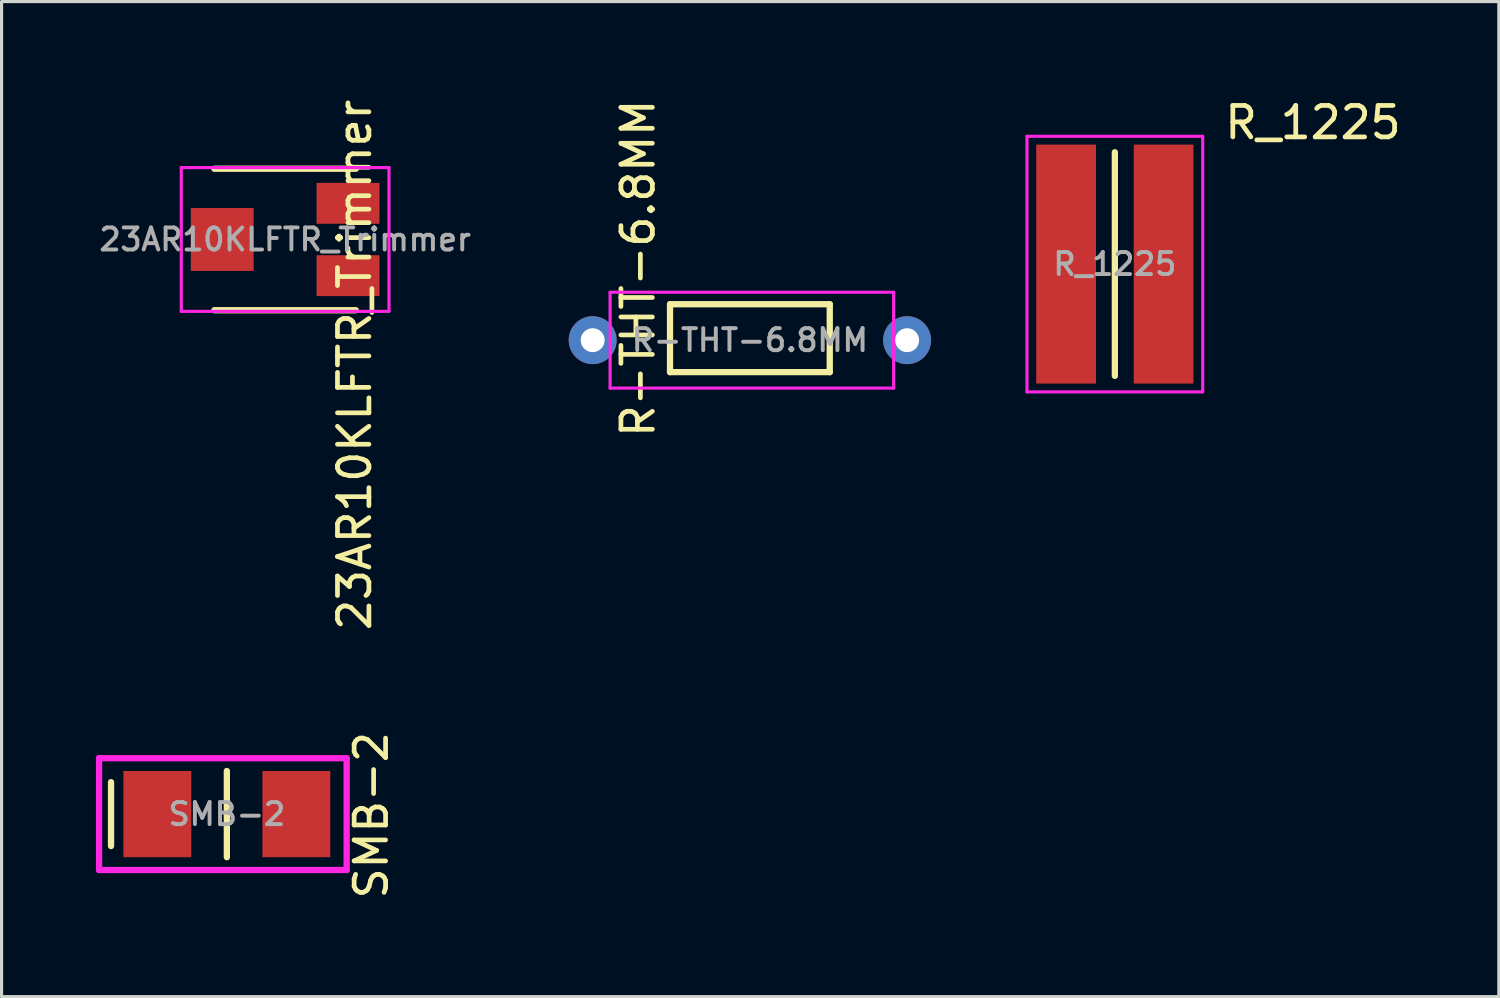
<source format=kicad_pcb>
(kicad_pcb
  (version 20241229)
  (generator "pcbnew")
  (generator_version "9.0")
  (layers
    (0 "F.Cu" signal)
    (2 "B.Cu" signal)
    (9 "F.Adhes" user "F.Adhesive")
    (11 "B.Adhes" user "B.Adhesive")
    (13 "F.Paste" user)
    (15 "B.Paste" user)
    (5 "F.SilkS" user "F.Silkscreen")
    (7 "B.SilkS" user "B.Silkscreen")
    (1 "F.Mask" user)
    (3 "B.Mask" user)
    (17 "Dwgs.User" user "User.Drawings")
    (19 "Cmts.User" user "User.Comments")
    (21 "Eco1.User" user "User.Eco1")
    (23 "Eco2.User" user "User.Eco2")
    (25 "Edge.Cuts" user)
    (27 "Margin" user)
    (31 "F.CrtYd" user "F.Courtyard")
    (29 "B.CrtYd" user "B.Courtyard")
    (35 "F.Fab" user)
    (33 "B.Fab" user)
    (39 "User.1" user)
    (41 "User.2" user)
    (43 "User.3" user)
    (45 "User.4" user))
  (footprint "R-THT-6.8MM"
    (layer "F.Cu")
    (at 20.797 7.768)
    (property "Reference" "R-THT-6.8MM" (at -3.556 -2.286 90) (layer "F.SilkS") (effects (font (size 1 1) (thickness 0.15))))
    (attr through_hole)
    (fp_line (start -2.54 -1.143) (end 2.54 -1.143) (stroke (width 0.2) (type solid)) (layer "F.SilkS"))
    (fp_line (start -2.54 1.016) (end -2.54 -1.143) (stroke (width 0.2) (type solid)) (layer "F.SilkS"))
    (fp_line (start 2.54 -1.143) (end 2.54 1.016) (stroke (width 0.2) (type solid)) (layer "F.SilkS"))
    (fp_line (start 2.54 1.016) (end -2.54 1.016) (stroke (width 0.2) (type solid)) (layer "F.SilkS"))
    (fp_line (start -4.445 -1.524) (end -4.445 1.524) (stroke (width 0.1) (type solid)) (layer "F.CrtYd"))
    (fp_line (start -4.445 1.524) (end 4.572 1.524) (stroke (width 0.1) (type solid)) (layer "F.CrtYd"))
    (fp_line (start 4.572 -1.524) (end -4.445 -1.524) (stroke (width 0.1) (type solid)) (layer "F.CrtYd"))
    (fp_line (start 4.572 1.524) (end 4.572 -1.524) (stroke (width 0.1) (type solid)) (layer "F.CrtYd"))
    (fp_text user "${REFERENCE}" (at 0 0 0) (layer "F.Fab") (effects (font (size 0.7 0.7) (thickness 0.125))))
    (pad "1" thru_hole circle (at -5 0) (size 1.524 1.524) (drill 0.762) (layers "*.Cu" "*.Mask"))
    (pad "2" thru_hole circle (at 5 0) (size 1.524 1.524) (drill 0.762) (layers "*.Cu" "*.Mask")))
  (footprint "R_1225"
    (layer "F.Cu")
    (at 32.403 5.348)
    (property "Reference" "R_1225" (at 6.3 -4.5 0) (layer "F.SilkS") (effects (font (size 1 1) (thickness 0.15))))
    (attr through_hole)
    (fp_line (start 0 -3.556) (end 0 3.556) (stroke (width 0.2) (type solid)) (layer "F.SilkS"))
    (fp_line (start -2.794 -4.064) (end 2.794 -4.064) (stroke (width 0.1) (type solid)) (layer "F.CrtYd"))
    (fp_line (start -2.794 4.064) (end -2.794 -4.064) (stroke (width 0.1) (type solid)) (layer "F.CrtYd"))
    (fp_line (start 2.794 -4.064) (end 2.794 4.064) (stroke (width 0.1) (type solid)) (layer "F.CrtYd"))
    (fp_line (start 2.794 4.064) (end -2.794 4.064) (stroke (width 0.1) (type solid)) (layer "F.CrtYd"))
    (fp_text user "${REFERENCE}" (at 0 0 0) (layer "F.Fab") (effects (font (size 0.7 0.7) (thickness 0.125))))
    (pad "1" smd rect (at -1.55 0) (size 1.9 7.6) (layers "F.Cu" "F.Mask" "F.Paste"))
    (pad "2" smd rect (at 1.55 0) (size 1.9 7.6) (layers "F.Cu" "F.Mask" "F.Paste")))
  (footprint "23AR10KLFTR_Trimmer"
    (layer "F.Cu")
    (at 6.017 4.566)
    (property "Reference" "23AR10KLFTR_Trimmer" (at 2.21 3.988 270) (layer "F.SilkS") (effects (font (size 1 1) (thickness 0.15))))
    (attr through_hole)
    (fp_line (start -2.25 -2.25) (end 2.25 -2.25) (stroke (width 0.2) (type solid)) (layer "F.SilkS"))
    (fp_line (start -2.25 2.25) (end 2.25 2.25) (stroke (width 0.2) (type solid)) (layer "F.SilkS"))
    (fp_line (start -3.302 -2.286) (end 3.302 -2.286) (stroke (width 0.1) (type solid)) (layer "F.CrtYd"))
    (fp_line (start -3.302 2.286) (end -3.302 -2.286) (stroke (width 0.1) (type solid)) (layer "F.CrtYd"))
    (fp_line (start 3.302 -2.286) (end 3.302 2.286) (stroke (width 0.1) (type solid)) (layer "F.CrtYd"))
    (fp_line (start 3.302 2.286) (end -3.302 2.286) (stroke (width 0.1) (type solid)) (layer "F.CrtYd"))
    (fp_text user "${REFERENCE}" (at 0 0 0) (layer "F.Fab") (effects (font (size 0.7 0.7) (thickness 0.125))))
    (pad "1" smd rect (at 2 -1.15) (size 2 1.3) (layers "F.Cu" "F.Mask" "F.Paste"))
    (pad "2" smd rect (at -2 0) (size 2 2) (layers "F.Cu" "F.Mask" "F.Paste"))
    (pad "3" smd rect (at 2 1.15) (size 2 1.3) (layers "F.Cu" "F.Mask" "F.Paste")))
  (footprint "SMB-2"
    (layer "F.Cu")
    (at 4.164 22.839)
    (property "Reference" "SMB-2" (at 4.593 0.036 90) (layer "F.SilkS") (effects (font (size 1 1) (thickness 0.15))))
    (attr through_hole)
    (fp_line (start -3.683 -1.016) (end -3.683 1.016) (stroke (width 0.2) (type solid)) (layer "F.SilkS"))
    (fp_line (start 0 -1.371) (end 0 1.371) (stroke (width 0.2) (type solid)) (layer "F.SilkS"))
    (fp_line (start -4.064 -1.778) (end 3.81 -1.778) (stroke (width 0.2) (type solid)) (layer "F.CrtYd"))
    (fp_line (start -4.064 1.778) (end -4.064 -1.778) (stroke (width 0.2) (type solid)) (layer "F.CrtYd"))
    (fp_line (start 3.81 -1.778) (end 3.81 1.778) (stroke (width 0.2) (type solid)) (layer "F.CrtYd"))
    (fp_line (start 3.81 1.778) (end -4.064 1.778) (stroke (width 0.2) (type solid)) (layer "F.CrtYd"))
    (fp_text user "${REFERENCE}" (at 0 0 0) (layer "F.Fab") (effects (font (size 0.7 0.7) (thickness 0.125))))
    (pad "1" smd rect (at -2.21 0) (size 2.159 2.743) (layers "F.Cu" "F.Mask" "F.Paste"))
    (pad "2" smd rect (at 2.21 0) (size 2.159 2.743) (layers "F.Cu" "F.Mask" "F.Paste")))
  (gr_rect
    (start -3 -3)
    (end 44.614 28.643)
    (stroke (width 0.1) (type default))
    (fill no)
    (layer "Edge.Cuts")))
</source>
